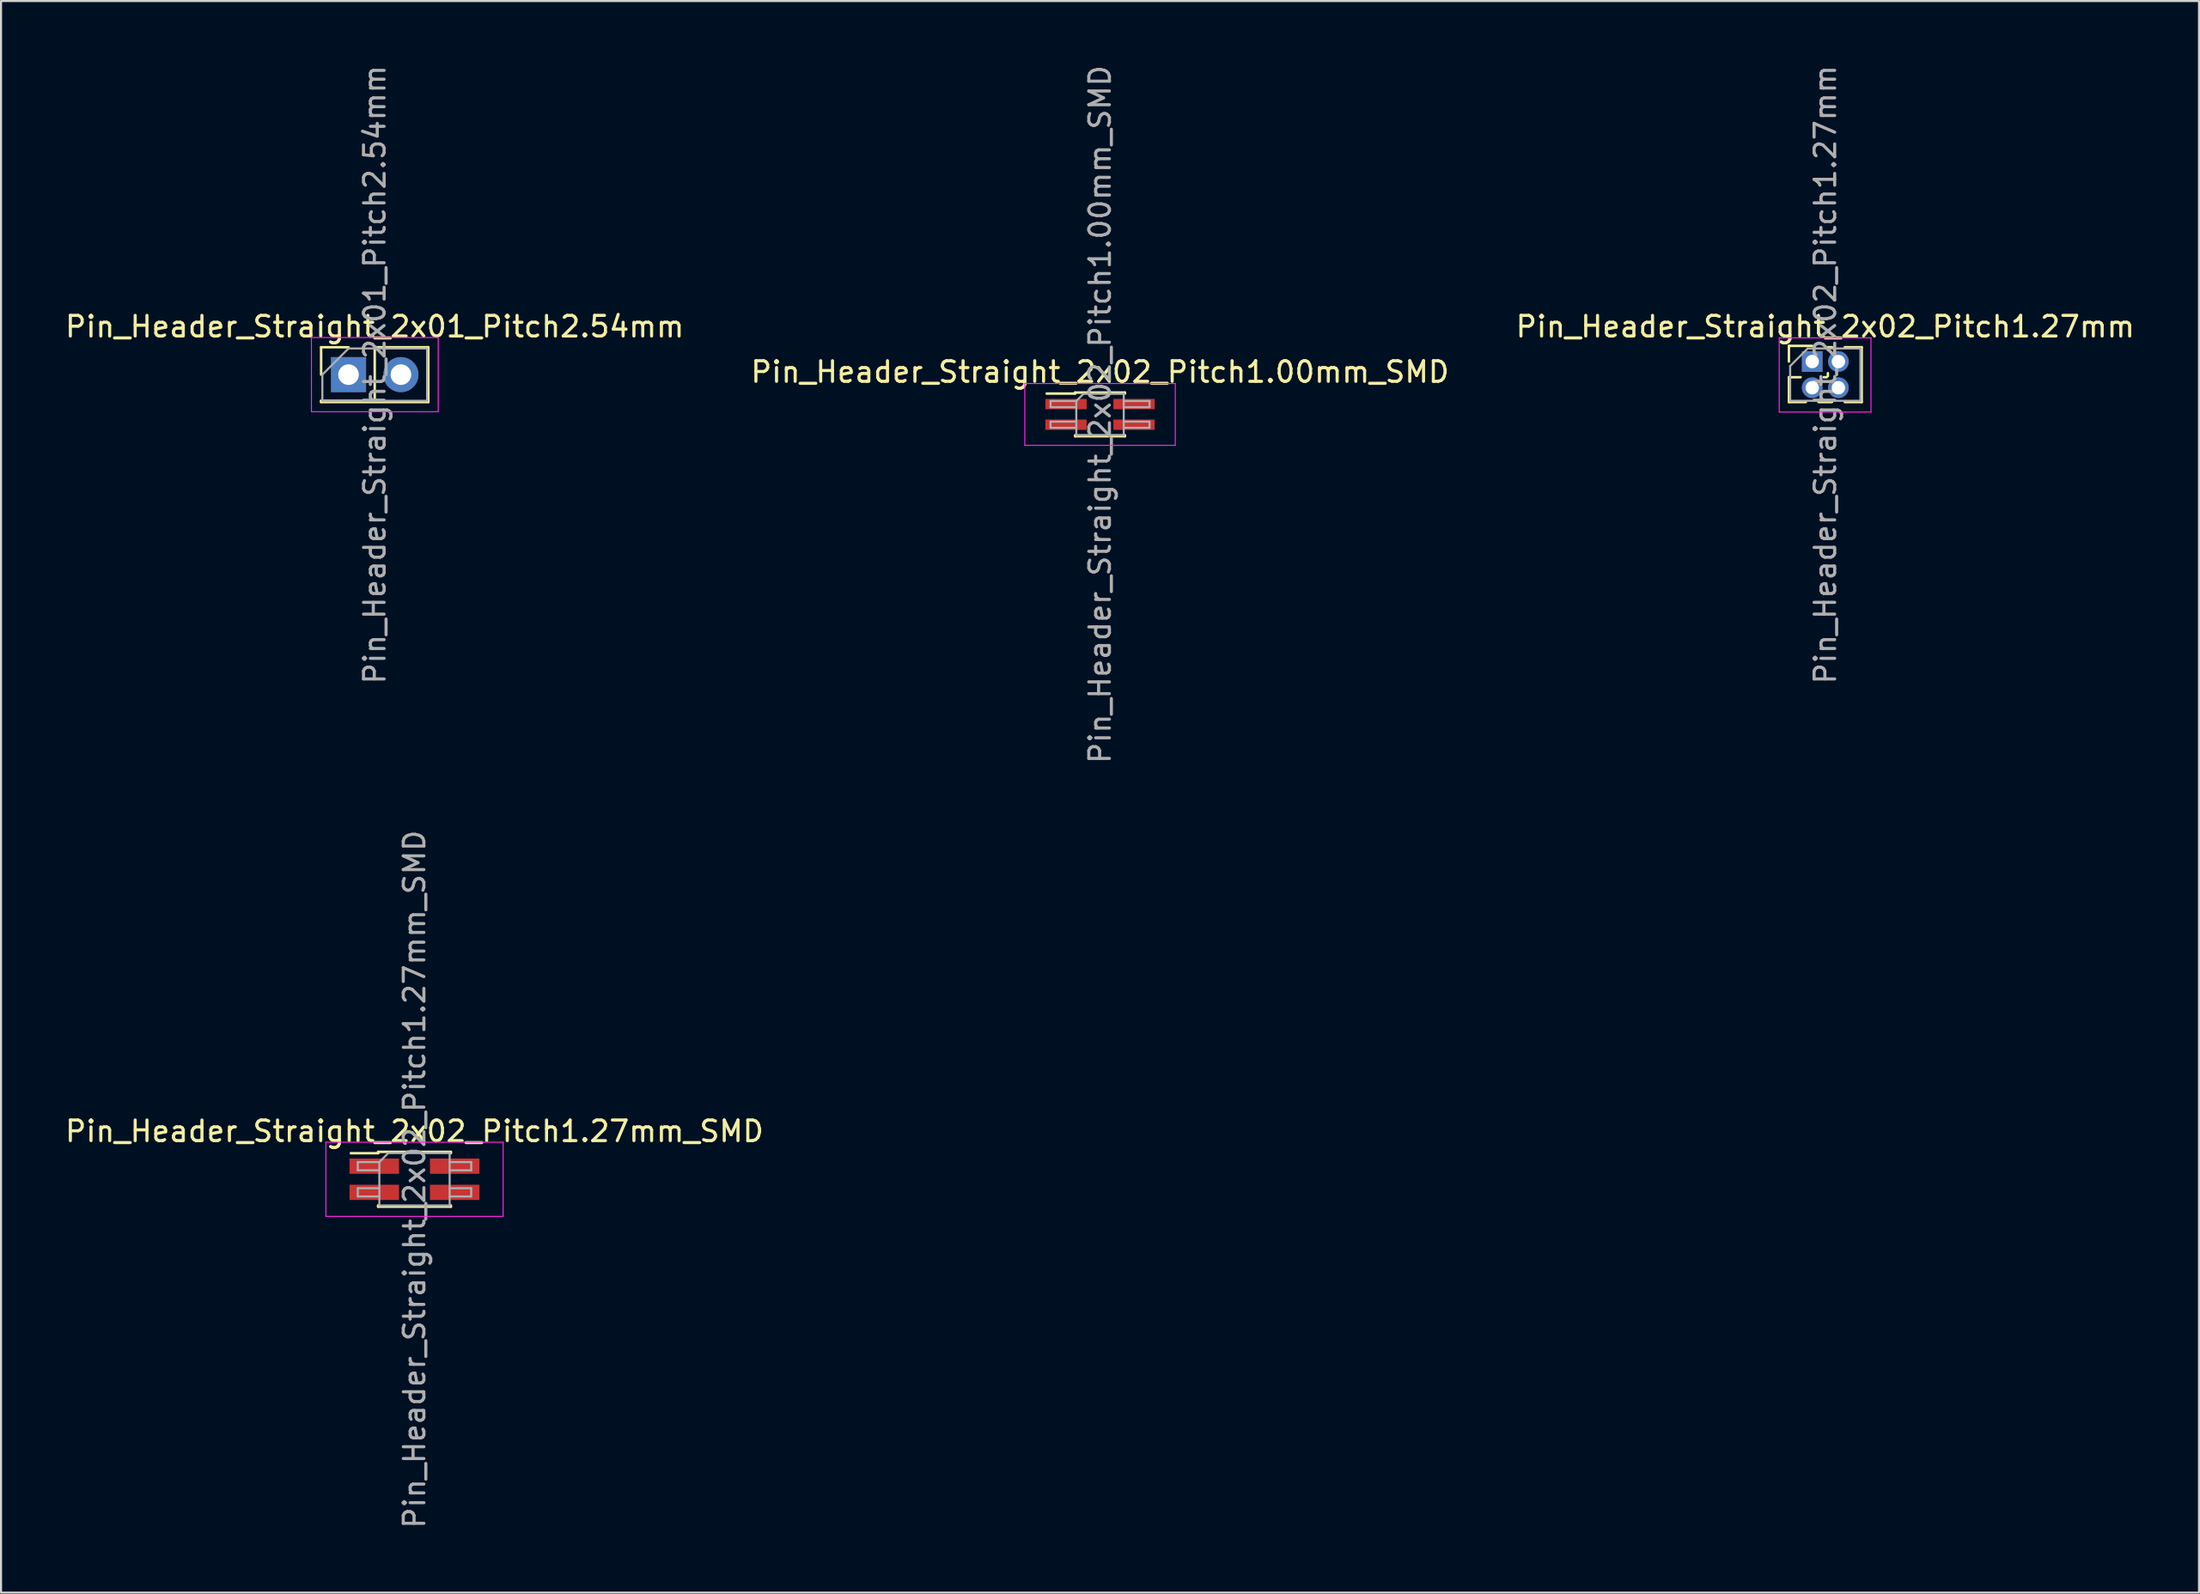
<source format=kicad_pcb>
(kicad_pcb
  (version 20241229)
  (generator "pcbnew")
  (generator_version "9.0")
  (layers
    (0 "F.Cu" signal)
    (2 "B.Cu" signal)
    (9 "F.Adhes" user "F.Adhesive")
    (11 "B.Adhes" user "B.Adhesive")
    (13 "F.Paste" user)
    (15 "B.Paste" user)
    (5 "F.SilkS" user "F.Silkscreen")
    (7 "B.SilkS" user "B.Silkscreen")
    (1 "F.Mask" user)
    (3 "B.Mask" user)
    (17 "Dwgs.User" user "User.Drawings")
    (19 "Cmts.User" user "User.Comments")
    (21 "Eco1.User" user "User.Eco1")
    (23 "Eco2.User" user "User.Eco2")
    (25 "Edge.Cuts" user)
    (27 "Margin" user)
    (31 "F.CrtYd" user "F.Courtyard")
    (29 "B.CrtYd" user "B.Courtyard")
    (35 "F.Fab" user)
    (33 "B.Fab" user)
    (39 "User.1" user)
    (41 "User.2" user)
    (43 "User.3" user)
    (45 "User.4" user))
  (footprint "Pin_Header_Straight_2x02_Pitch1.27mm_SMD"
    (layer "F.Cu")
    (at 17.054 54.161)
    (property "Reference" "Pin_Header_Straight_2x02_Pitch1.27mm_SMD" (at 0 -2.33 0) (layer "F.SilkS") (effects (font (size 1 1) (thickness 0.15))))
    (attr smd)
    (fp_line (start -3.09 -1.265) (end -1.765 -1.265) (stroke (width 0.12) (type solid)) (layer "F.SilkS"))
    (fp_line (start -1.765 -1.33) (end -1.765 -1.265) (stroke (width 0.12) (type solid)) (layer "F.SilkS"))
    (fp_line (start -1.765 -1.33) (end 1.765 -1.33) (stroke (width 0.12) (type solid)) (layer "F.SilkS"))
    (fp_line (start -1.765 1.265) (end -1.765 1.33) (stroke (width 0.12) (type solid)) (layer "F.SilkS"))
    (fp_line (start -1.765 1.33) (end 1.765 1.33) (stroke (width 0.12) (type solid)) (layer "F.SilkS"))
    (fp_line (start 1.765 -1.33) (end 1.765 -1.265) (stroke (width 0.12) (type solid)) (layer "F.SilkS"))
    (fp_line (start 1.765 1.265) (end 1.765 1.33) (stroke (width 0.12) (type solid)) (layer "F.SilkS"))
    (fp_line (start -4.3 -1.8) (end -4.3 1.8) (stroke (width 0.05) (type solid)) (layer "F.CrtYd"))
    (fp_line (start -4.3 1.8) (end 4.3 1.8) (stroke (width 0.05) (type solid)) (layer "F.CrtYd"))
    (fp_line (start 4.3 -1.8) (end -4.3 -1.8) (stroke (width 0.05) (type solid)) (layer "F.CrtYd"))
    (fp_line (start 4.3 1.8) (end 4.3 -1.8) (stroke (width 0.05) (type solid)) (layer "F.CrtYd"))
    (fp_line (start -2.75 -0.835) (end -2.75 -0.435) (stroke (width 0.1) (type solid)) (layer "F.Fab"))
    (fp_line (start -2.75 -0.435) (end -1.705 -0.435) (stroke (width 0.1) (type solid)) (layer "F.Fab"))
    (fp_line (start -2.75 0.435) (end -2.75 0.835) (stroke (width 0.1) (type solid)) (layer "F.Fab"))
    (fp_line (start -2.75 0.835) (end -1.705 0.835) (stroke (width 0.1) (type solid)) (layer "F.Fab"))
    (fp_line (start -1.705 -0.835) (end -2.75 -0.835) (stroke (width 0.1) (type solid)) (layer "F.Fab"))
    (fp_line (start -1.705 -0.835) (end -1.27 -1.27) (stroke (width 0.1) (type solid)) (layer "F.Fab"))
    (fp_line (start -1.705 0.435) (end -2.75 0.435) (stroke (width 0.1) (type solid)) (layer "F.Fab"))
    (fp_line (start -1.705 1.27) (end -1.705 -0.835) (stroke (width 0.1) (type solid)) (layer "F.Fab"))
    (fp_line (start -1.27 -1.27) (end 1.705 -1.27) (stroke (width 0.1) (type solid)) (layer "F.Fab"))
    (fp_line (start 1.705 -1.27) (end 1.705 1.27) (stroke (width 0.1) (type solid)) (layer "F.Fab"))
    (fp_line (start 1.705 -0.835) (end 2.75 -0.835) (stroke (width 0.1) (type solid)) (layer "F.Fab"))
    (fp_line (start 1.705 0.435) (end 2.75 0.435) (stroke (width 0.1) (type solid)) (layer "F.Fab"))
    (fp_line (start 1.705 1.27) (end -1.705 1.27) (stroke (width 0.1) (type solid)) (layer "F.Fab"))
    (fp_line (start 2.75 -0.835) (end 2.75 -0.435) (stroke (width 0.1) (type solid)) (layer "F.Fab"))
    (fp_line (start 2.75 -0.435) (end 1.705 -0.435) (stroke (width 0.1) (type solid)) (layer "F.Fab"))
    (fp_line (start 2.75 0.435) (end 2.75 0.835) (stroke (width 0.1) (type solid)) (layer "F.Fab"))
    (fp_line (start 2.75 0.835) (end 1.705 0.835) (stroke (width 0.1) (type solid)) (layer "F.Fab"))
    (fp_text user "${REFERENCE}" (at 0 0 90) (layer "F.Fab") (effects (font (size 1 1) (thickness 0.15))))
    (pad "1" smd rect (at -1.95 -0.635) (size 2.4 0.74) (layers "F.Cu" "F.Mask" "F.Paste"))
    (pad "2" smd rect (at 1.95 -0.635) (size 2.4 0.74) (layers "F.Cu" "F.Mask" "F.Paste"))
    (pad "3" smd rect (at -1.95 0.635) (size 2.4 0.74) (layers "F.Cu" "F.Mask" "F.Paste"))
    (pad "4" smd rect (at 1.95 0.635) (size 2.4 0.74) (layers "F.Cu" "F.Mask" "F.Paste")))
  (footprint "Pin_Header_Straight_2x02_Pitch1.00mm_SMD"
    (layer "F.Cu")
    (at 50.304 17.054)
    (property "Reference" "Pin_Header_Straight_2x02_Pitch1.00mm_SMD" (at 0 -2.06 0) (layer "F.SilkS") (effects (font (size 1 1) (thickness 0.15))))
    (attr smd)
    (fp_line (start -2.59 -1.01) (end -1.21 -1.01) (stroke (width 0.12) (type solid)) (layer "F.SilkS"))
    (fp_line (start -1.21 -1.06) (end -1.21 -1.01) (stroke (width 0.12) (type solid)) (layer "F.SilkS"))
    (fp_line (start -1.21 -1.06) (end 1.21 -1.06) (stroke (width 0.12) (type solid)) (layer "F.SilkS"))
    (fp_line (start -1.21 1.01) (end -1.21 1.06) (stroke (width 0.12) (type solid)) (layer "F.SilkS"))
    (fp_line (start -1.21 1.06) (end 1.21 1.06) (stroke (width 0.12) (type solid)) (layer "F.SilkS"))
    (fp_line (start 1.21 -1.06) (end 1.21 -1.01) (stroke (width 0.12) (type solid)) (layer "F.SilkS"))
    (fp_line (start 1.21 1.01) (end 1.21 1.06) (stroke (width 0.12) (type solid)) (layer "F.SilkS"))
    (fp_line (start -3.65 -1.5) (end -3.65 1.5) (stroke (width 0.05) (type solid)) (layer "F.CrtYd"))
    (fp_line (start -3.65 1.5) (end 3.65 1.5) (stroke (width 0.05) (type solid)) (layer "F.CrtYd"))
    (fp_line (start 3.65 -1.5) (end -3.65 -1.5) (stroke (width 0.05) (type solid)) (layer "F.CrtYd"))
    (fp_line (start 3.65 1.5) (end 3.65 -1.5) (stroke (width 0.05) (type solid)) (layer "F.CrtYd"))
    (fp_line (start -2.4 -0.65) (end -2.4 -0.35) (stroke (width 0.1) (type solid)) (layer "F.Fab"))
    (fp_line (start -2.4 -0.35) (end -1.15 -0.35) (stroke (width 0.1) (type solid)) (layer "F.Fab"))
    (fp_line (start -2.4 0.35) (end -2.4 0.65) (stroke (width 0.1) (type solid)) (layer "F.Fab"))
    (fp_line (start -2.4 0.65) (end -1.15 0.65) (stroke (width 0.1) (type solid)) (layer "F.Fab"))
    (fp_line (start -1.15 -0.65) (end -2.4 -0.65) (stroke (width 0.1) (type solid)) (layer "F.Fab"))
    (fp_line (start -1.15 -0.65) (end -0.8 -1) (stroke (width 0.1) (type solid)) (layer "F.Fab"))
    (fp_line (start -1.15 0.35) (end -2.4 0.35) (stroke (width 0.1) (type solid)) (layer "F.Fab"))
    (fp_line (start -1.15 1) (end -1.15 -0.65) (stroke (width 0.1) (type solid)) (layer "F.Fab"))
    (fp_line (start -0.8 -1) (end 1.15 -1) (stroke (width 0.1) (type solid)) (layer "F.Fab"))
    (fp_line (start 1.15 -1) (end 1.15 1) (stroke (width 0.1) (type solid)) (layer "F.Fab"))
    (fp_line (start 1.15 -0.65) (end 2.4 -0.65) (stroke (width 0.1) (type solid)) (layer "F.Fab"))
    (fp_line (start 1.15 0.35) (end 2.4 0.35) (stroke (width 0.1) (type solid)) (layer "F.Fab"))
    (fp_line (start 1.15 1) (end -1.15 1) (stroke (width 0.1) (type solid)) (layer "F.Fab"))
    (fp_line (start 2.4 -0.65) (end 2.4 -0.35) (stroke (width 0.1) (type solid)) (layer "F.Fab"))
    (fp_line (start 2.4 -0.35) (end 1.15 -0.35) (stroke (width 0.1) (type solid)) (layer "F.Fab"))
    (fp_line (start 2.4 0.35) (end 2.4 0.65) (stroke (width 0.1) (type solid)) (layer "F.Fab"))
    (fp_line (start 2.4 0.65) (end 1.15 0.65) (stroke (width 0.1) (type solid)) (layer "F.Fab"))
    (fp_text user "${REFERENCE}" (at 0 0 90) (layer "F.Fab") (effects (font (size 1 1) (thickness 0.15))))
    (pad "1" smd rect (at -1.65 -0.5) (size 2 0.5) (layers "F.Cu" "F.Mask" "F.Paste"))
    (pad "2" smd rect (at 1.65 -0.5) (size 2 0.5) (layers "F.Cu" "F.Mask" "F.Paste"))
    (pad "3" smd rect (at -1.65 0.5) (size 2 0.5) (layers "F.Cu" "F.Mask" "F.Paste"))
    (pad "4" smd rect (at 1.65 0.5) (size 2 0.5) (layers "F.Cu" "F.Mask" "F.Paste")))
  (footprint "Pin_Header_Straight_2x02_Pitch1.27mm"
    (layer "F.Cu")
    (at 84.847 14.49)
    (property "Reference" "Pin_Header_Straight_2x02_Pitch1.27mm" (at 0.635 -1.695 0) (layer "F.SilkS") (effects (font (size 1 1) (thickness 0.15))))
    (attr through_hole)
    (fp_line (start -1.13 -0.76) (end 0 -0.76) (stroke (width 0.12) (type solid)) (layer "F.SilkS"))
    (fp_line (start -1.13 0) (end -1.13 -0.76) (stroke (width 0.12) (type solid)) (layer "F.SilkS"))
    (fp_line (start -1.13 0.76) (end -1.13 1.965) (stroke (width 0.12) (type solid)) (layer "F.SilkS"))
    (fp_line (start -1.13 0.76) (end -0.563 0.76) (stroke (width 0.12) (type solid)) (layer "F.SilkS"))
    (fp_line (start -1.13 1.965) (end -0.308 1.965) (stroke (width 0.12) (type solid)) (layer "F.SilkS"))
    (fp_line (start 0.308 1.965) (end 0.962 1.965) (stroke (width 0.12) (type solid)) (layer "F.SilkS"))
    (fp_line (start 0.563 0.76) (end 0.707 0.76) (stroke (width 0.12) (type solid)) (layer "F.SilkS"))
    (fp_line (start 0.76 -0.695) (end 0.962 -0.695) (stroke (width 0.12) (type solid)) (layer "F.SilkS"))
    (fp_line (start 0.76 -0.563) (end 0.76 -0.695) (stroke (width 0.12) (type solid)) (layer "F.SilkS"))
    (fp_line (start 0.76 0.707) (end 0.76 0.563) (stroke (width 0.12) (type solid)) (layer "F.SilkS"))
    (fp_line (start 1.578 -0.695) (end 2.4 -0.695) (stroke (width 0.12) (type solid)) (layer "F.SilkS"))
    (fp_line (start 1.578 1.965) (end 2.4 1.965) (stroke (width 0.12) (type solid)) (layer "F.SilkS"))
    (fp_line (start 2.4 -0.695) (end 2.4 1.965) (stroke (width 0.12) (type solid)) (layer "F.SilkS"))
    (fp_line (start -1.6 -1.15) (end -1.6 2.45) (stroke (width 0.05) (type solid)) (layer "F.CrtYd"))
    (fp_line (start -1.6 2.45) (end 2.85 2.45) (stroke (width 0.05) (type solid)) (layer "F.CrtYd"))
    (fp_line (start 2.85 -1.15) (end -1.6 -1.15) (stroke (width 0.05) (type solid)) (layer "F.CrtYd"))
    (fp_line (start 2.85 2.45) (end 2.85 -1.15) (stroke (width 0.05) (type solid)) (layer "F.CrtYd"))
    (fp_line (start -1.07 0.217) (end -0.217 -0.635) (stroke (width 0.1) (type solid)) (layer "F.Fab"))
    (fp_line (start -1.07 1.905) (end -1.07 0.217) (stroke (width 0.1) (type solid)) (layer "F.Fab"))
    (fp_line (start -0.217 -0.635) (end 2.34 -0.635) (stroke (width 0.1) (type solid)) (layer "F.Fab"))
    (fp_line (start 2.34 -0.635) (end 2.34 1.905) (stroke (width 0.1) (type solid)) (layer "F.Fab"))
    (fp_line (start 2.34 1.905) (end -1.07 1.905) (stroke (width 0.1) (type solid)) (layer "F.Fab"))
    (fp_text user "${REFERENCE}" (at 0.635 0.635 90) (layer "F.Fab") (effects (font (size 1 1) (thickness 0.15))))
    (pad "1" thru_hole rect (at 0 0) (size 1 1) (drill 0.65) (layers "*.Cu" "*.Mask"))
    (pad "2" thru_hole oval (at 1.27 0) (size 1 1) (drill 0.65) (layers "*.Cu" "*.Mask"))
    (pad "3" thru_hole oval (at 0 1.27) (size 1 1) (drill 0.65) (layers "*.Cu" "*.Mask"))
    (pad "4" thru_hole oval (at 1.27 1.27) (size 1 1) (drill 0.65) (layers "*.Cu" "*.Mask")))
  (footprint "Pin_Header_Straight_2x01_Pitch2.54mm"
    (layer "F.Cu")
    (at 13.855 15.125)
    (property "Reference" "Pin_Header_Straight_2x01_Pitch2.54mm" (at 1.27 -2.33 0) (layer "F.SilkS") (effects (font (size 1 1) (thickness 0.15))))
    (attr through_hole)
    (fp_line (start -1.33 -1.33) (end 0 -1.33) (stroke (width 0.12) (type solid)) (layer "F.SilkS"))
    (fp_line (start -1.33 0) (end -1.33 -1.33) (stroke (width 0.12) (type solid)) (layer "F.SilkS"))
    (fp_line (start -1.33 1.27) (end -1.33 1.33) (stroke (width 0.12) (type solid)) (layer "F.SilkS"))
    (fp_line (start -1.33 1.27) (end 1.27 1.27) (stroke (width 0.12) (type solid)) (layer "F.SilkS"))
    (fp_line (start -1.33 1.33) (end 3.87 1.33) (stroke (width 0.12) (type solid)) (layer "F.SilkS"))
    (fp_line (start 1.27 -1.33) (end 3.87 -1.33) (stroke (width 0.12) (type solid)) (layer "F.SilkS"))
    (fp_line (start 1.27 1.27) (end 1.27 -1.33) (stroke (width 0.12) (type solid)) (layer "F.SilkS"))
    (fp_line (start 3.87 -1.33) (end 3.87 1.33) (stroke (width 0.12) (type solid)) (layer "F.SilkS"))
    (fp_line (start -1.8 -1.8) (end -1.8 1.8) (stroke (width 0.05) (type solid)) (layer "F.CrtYd"))
    (fp_line (start -1.8 1.8) (end 4.35 1.8) (stroke (width 0.05) (type solid)) (layer "F.CrtYd"))
    (fp_line (start 4.35 -1.8) (end -1.8 -1.8) (stroke (width 0.05) (type solid)) (layer "F.CrtYd"))
    (fp_line (start 4.35 1.8) (end 4.35 -1.8) (stroke (width 0.05) (type solid)) (layer "F.CrtYd"))
    (fp_line (start -1.27 0) (end 0 -1.27) (stroke (width 0.1) (type solid)) (layer "F.Fab"))
    (fp_line (start -1.27 1.27) (end -1.27 0) (stroke (width 0.1) (type solid)) (layer "F.Fab"))
    (fp_line (start 0 -1.27) (end 3.81 -1.27) (stroke (width 0.1) (type solid)) (layer "F.Fab"))
    (fp_line (start 3.81 -1.27) (end 3.81 1.27) (stroke (width 0.1) (type solid)) (layer "F.Fab"))
    (fp_line (start 3.81 1.27) (end -1.27 1.27) (stroke (width 0.1) (type solid)) (layer "F.Fab"))
    (fp_text user "${REFERENCE}" (at 1.27 0 90) (layer "F.Fab") (effects (font (size 1 1) (thickness 0.15))))
    (pad "1" thru_hole rect (at 0 0) (size 1.7 1.7) (drill 1) (layers "*.Cu" "*.Mask"))
    (pad "2" thru_hole oval (at 2.54 0) (size 1.7 1.7) (drill 1) (layers "*.Cu" "*.Mask")))
  (gr_rect
    (start -3 -3)
    (end 103.607 74.214)
    (stroke (width 0.1) (type default))
    (fill no)
    (layer "Edge.Cuts")))
</source>
